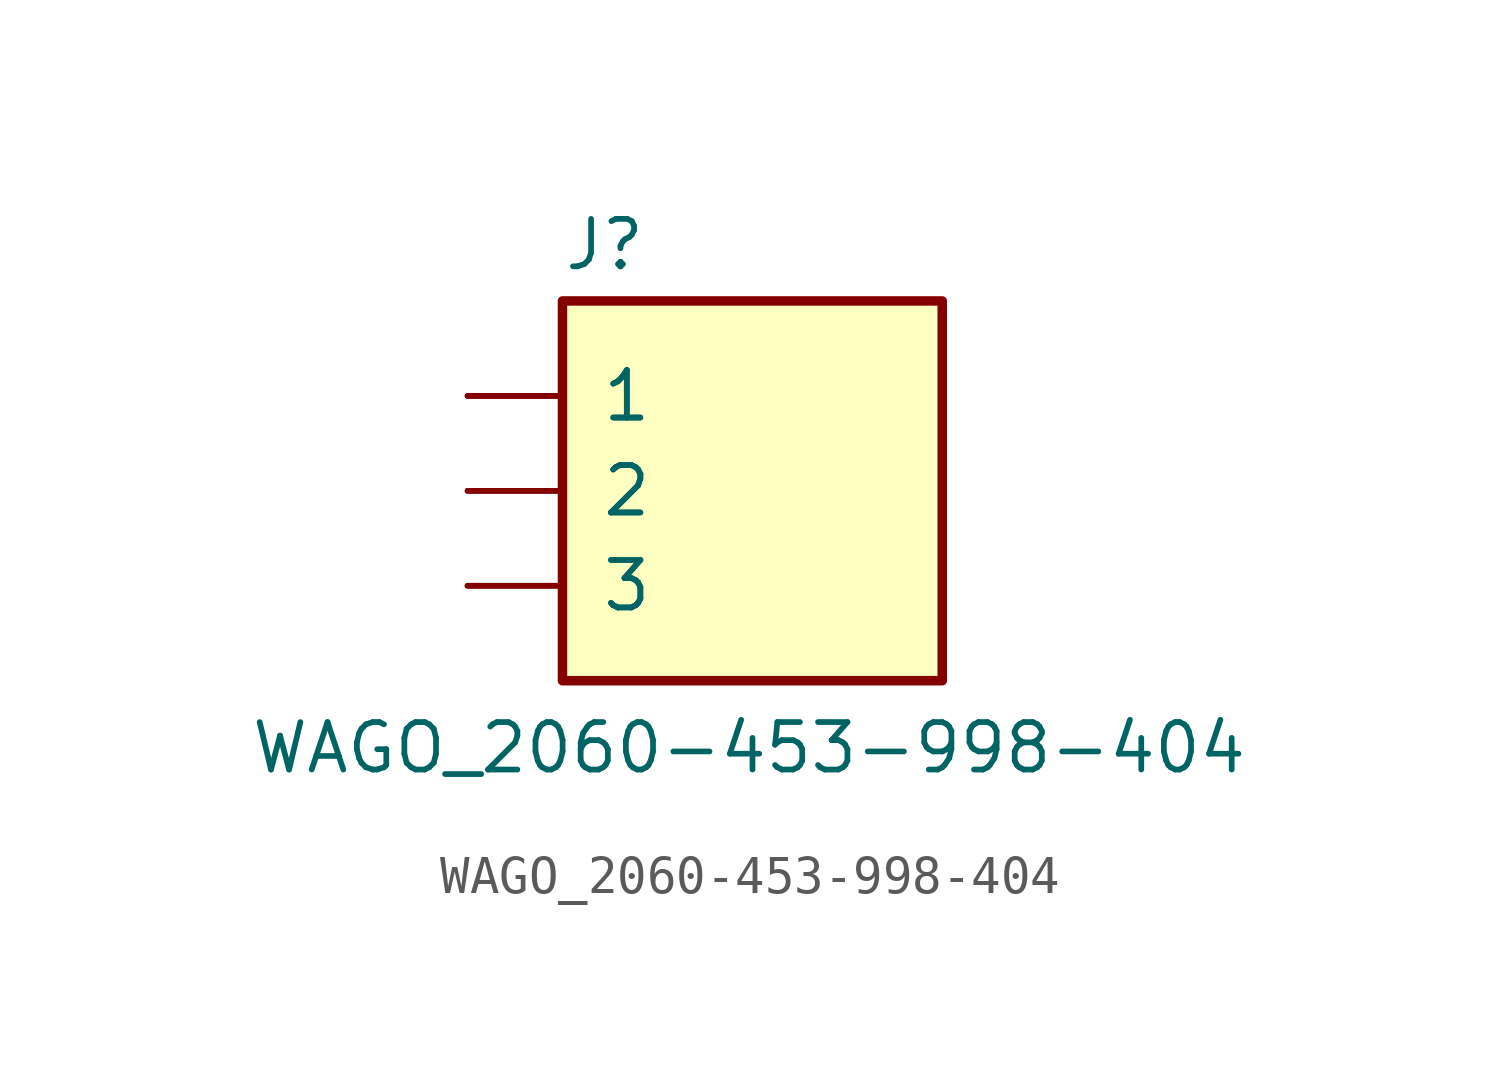
<source format=kicad_sym>
(kicad_symbol_lib
  (version 20231120)
  (generator "kicad_symbol_editor")
  (generator_version "8.0")
  (symbol "WAGO_2060-453-998-404"
    (pin_numbers hide)
    (pin_names
      (offset 1.016))
    (property "Reference" "J"
      (at -5.08 5.842 0)
      (effects (font (size 1.27 1.27)) (justify left bottom)))
    (property "Value" "WAGO_2060-453-998-404"
      (at -13.462 -7.62 0)
      (effects (font (size 1.27 1.27)) (justify left bottom)))
    (symbol "WAGO_2060-453-998-404_0_0"
      (rectangle (start -5.08 5.08) (end 5.08 -5.08) (stroke (width 0.254) (type default)) (fill (type background))))
    (symbol "WAGO_2060-453-998-404_1_0"
      (pin passive line (at -7.62 2.54 0) (length 2.54) (name "1" (effects (font (size 1.27 1.27)))) (number "1_1" (effects (font (size 1.27 1.27)))))
      (pin passive line (at -7.62 2.54 0) (length 2.54) (name "1" (effects (font (size 1.27 1.27)))) (number "1_2" (effects (font (size 1.27 1.27)))))
      (pin passive line (at -7.62 0 0) (length 2.54) (name "2" (effects (font (size 1.27 1.27)))) (number "2_1" (effects (font (size 1.27 1.27)))))
      (pin passive line (at -7.62 0 0) (length 2.54) (name "2" (effects (font (size 1.27 1.27)))) (number "2_2" (effects (font (size 1.27 1.27)))))
      (pin passive line (at -7.62 -2.54 0) (length 2.54) (name "3" (effects (font (size 1.27 1.27)))) (number "3_1" (effects (font (size 1.27 1.27)))))
      (pin passive line (at -7.62 -2.54 0) (length 2.54) (name "3" (effects (font (size 1.27 1.27)))) (number "3_2" (effects (font (size 1.27 1.27))))))))
</source>
